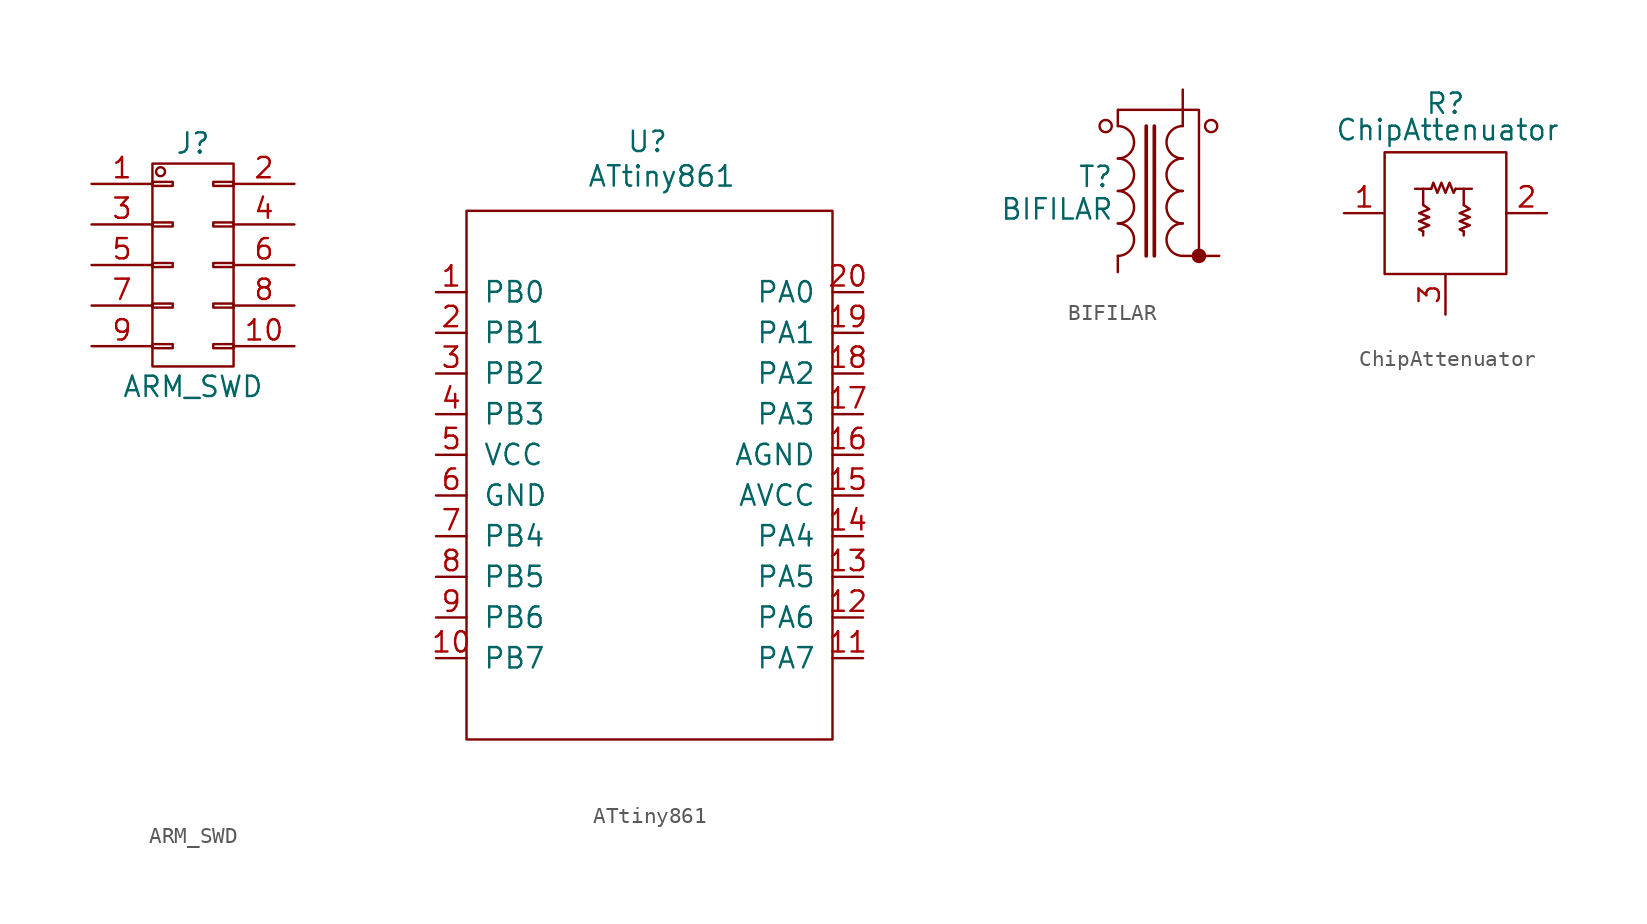
<source format=kicad_sym>
(kicad_symbol_lib
  (version 20220914)
  (generator kicad_symbol_editor)
  (symbol "ARM_SWD"
    (pin_names
      (offset 0.025) hide)
    (property "Reference" "J"
      (at 0 7.62 0)
      (effects (font (size 1.27 1.27))))
    (property "Value" "ARM_SWD"
      (at 0 -7.62 0)
      (effects (font (size 1.27 1.27))))
    (property "Footprint" ""
      (at 0 -30.48 0)
      (effects (font (size 1.524 1.524))))
    (property "Datasheet" ""
      (at 0 -30.48 0)
      (effects (font (size 1.524 1.524))))
    (symbol "ARM_SWD_0_1"
      (rectangle (start -2.54 -4.953) (end -1.27 -5.207) (stroke (width 0) (type solid)) (fill (type none)))
      (rectangle (start -2.54 -2.413) (end -1.27 -2.667) (stroke (width 0) (type solid)) (fill (type none)))
      (rectangle (start -2.54 0.127) (end -1.27 -0.127) (stroke (width 0) (type solid)) (fill (type none)))
      (rectangle (start -2.54 2.667) (end -1.27 2.413) (stroke (width 0) (type solid)) (fill (type none)))
      (rectangle (start -2.54 5.207) (end -1.27 4.953) (stroke (width 0) (type solid)) (fill (type none)))
      (rectangle (start -2.54 6.35) (end 2.54 -6.35) (stroke (width 0) (type solid)) (fill (type none)))
      (circle (center -2.032 5.842) (radius 0.279) (stroke (width 0) (type solid)) (fill (type none)))
      (rectangle (start 1.27 -4.953) (end 2.54 -5.207) (stroke (width 0) (type solid)) (fill (type none)))
      (rectangle (start 1.27 -2.413) (end 2.54 -2.667) (stroke (width 0) (type solid)) (fill (type none)))
      (rectangle (start 1.27 0.127) (end 2.54 -0.127) (stroke (width 0) (type solid)) (fill (type none)))
      (rectangle (start 1.27 2.667) (end 2.54 2.413) (stroke (width 0) (type solid)) (fill (type none)))
      (rectangle (start 1.27 5.207) (end 2.54 4.953) (stroke (width 0) (type solid)) (fill (type none))))
    (symbol "ARM_SWD_1_1"
      (pin passive line (at -6.35 5.08 0) (length 3.81) (name "P1" (effects (font (size 1.27 1.27)))) (number "1" (effects (font (size 1.27 1.27)))))
      (pin passive line (at 6.35 -5.08 180) (length 3.81) (name "P10" (effects (font (size 1.27 1.27)))) (number "10" (effects (font (size 1.27 1.27)))))
      (pin passive line (at 6.35 5.08 180) (length 3.81) (name "P2" (effects (font (size 1.27 1.27)))) (number "2" (effects (font (size 1.27 1.27)))))
      (pin passive line (at -6.35 2.54 0) (length 3.81) (name "P3" (effects (font (size 1.27 1.27)))) (number "3" (effects (font (size 1.27 1.27)))))
      (pin passive line (at 6.35 2.54 180) (length 3.81) (name "P4" (effects (font (size 1.27 1.27)))) (number "4" (effects (font (size 1.27 1.27)))))
      (pin passive line (at -6.35 0 0) (length 3.81) (name "P5" (effects (font (size 1.27 1.27)))) (number "5" (effects (font (size 1.27 1.27)))))
      (pin passive line (at 6.35 0 180) (length 3.81) (name "P6" (effects (font (size 1.27 1.27)))) (number "6" (effects (font (size 1.27 1.27)))))
      (pin passive line (at -6.35 -2.54 0) (length 3.81) (name "P7" (effects (font (size 1.27 1.27)))) (number "7" (effects (font (size 1.27 1.27)))))
      (pin passive line (at 6.35 -2.54 180) (length 3.81) (name "P8" (effects (font (size 1.27 1.27)))) (number "8" (effects (font (size 1.27 1.27)))))
      (pin passive line (at -6.35 -5.08 0) (length 3.81) (name "P9" (effects (font (size 1.27 1.27)))) (number "9" (effects (font (size 1.27 1.27)))))))
  (symbol "ATtiny861"
    (pin_names
      (offset 1.016))
    (property "Reference" "U"
      (at -0.127 20.828 0)
      (effects (font (size 1.27 1.27))))
    (property "Value" "ATtiny861"
      (at 0.762 18.669 0)
      (effects (font (size 1.27 1.27))))
    (property "Footprint" ""
      (at 0 0 0)
      (effects (font (size 1.524 1.524))))
    (property "Datasheet" ""
      (at 0 0 0)
      (effects (font (size 1.524 1.524))))
    (symbol "ATtiny861_1_0"
      (rectangle (start -11.43 -16.51) (end 11.43 16.51) (stroke (width 0) (type solid)) (fill (type none))))
    (symbol "ATtiny861_1_1"
      (pin input line (at -13.335 11.43 0) (length 1.905) (name "PB0" (effects (font (size 1.27 1.27)))) (number "1" (effects (font (size 1.27 1.27)))))
      (pin input line (at -13.335 -11.43 0) (length 1.905) (name "PB7" (effects (font (size 1.27 1.27)))) (number "10" (effects (font (size 1.27 1.27)))))
      (pin input line (at 13.335 -11.43 180) (length 1.905) (name "PA7" (effects (font (size 1.27 1.27)))) (number "11" (effects (font (size 1.27 1.27)))))
      (pin input line (at 13.335 -8.89 180) (length 1.905) (name "PA6" (effects (font (size 1.27 1.27)))) (number "12" (effects (font (size 1.27 1.27)))))
      (pin input line (at 13.335 -6.35 180) (length 1.905) (name "PA5" (effects (font (size 1.27 1.27)))) (number "13" (effects (font (size 1.27 1.27)))))
      (pin input line (at 13.335 -3.81 180) (length 1.905) (name "PA4" (effects (font (size 1.27 1.27)))) (number "14" (effects (font (size 1.27 1.27)))))
      (pin input line (at 13.335 -1.27 180) (length 1.905) (name "AVCC" (effects (font (size 1.27 1.27)))) (number "15" (effects (font (size 1.27 1.27)))))
      (pin input line (at 13.335 1.27 180) (length 1.905) (name "AGND" (effects (font (size 1.27 1.27)))) (number "16" (effects (font (size 1.27 1.27)))))
      (pin input line (at 13.335 3.81 180) (length 1.905) (name "PA3" (effects (font (size 1.27 1.27)))) (number "17" (effects (font (size 1.27 1.27)))))
      (pin input line (at 13.335 6.35 180) (length 1.905) (name "PA2" (effects (font (size 1.27 1.27)))) (number "18" (effects (font (size 1.27 1.27)))))
      (pin input line (at 13.335 8.89 180) (length 1.905) (name "PA1" (effects (font (size 1.27 1.27)))) (number "19" (effects (font (size 1.27 1.27)))))
      (pin input line (at -13.335 8.89 0) (length 1.905) (name "PB1" (effects (font (size 1.27 1.27)))) (number "2" (effects (font (size 1.27 1.27)))))
      (pin input line (at 13.335 11.43 180) (length 1.905) (name "PA0" (effects (font (size 1.27 1.27)))) (number "20" (effects (font (size 1.27 1.27)))))
      (pin input line (at -13.335 6.35 0) (length 1.905) (name "PB2" (effects (font (size 1.27 1.27)))) (number "3" (effects (font (size 1.27 1.27)))))
      (pin input line (at -13.335 3.81 0) (length 1.905) (name "PB3" (effects (font (size 1.27 1.27)))) (number "4" (effects (font (size 1.27 1.27)))))
      (pin input line (at -13.335 1.27 0) (length 1.905) (name "VCC" (effects (font (size 1.27 1.27)))) (number "5" (effects (font (size 1.27 1.27)))))
      (pin input line (at -13.335 -1.27 0) (length 1.905) (name "GND" (effects (font (size 1.27 1.27)))) (number "6" (effects (font (size 1.27 1.27)))))
      (pin input line (at -13.335 -3.81 0) (length 1.905) (name "PB4" (effects (font (size 1.27 1.27)))) (number "7" (effects (font (size 1.27 1.27)))))
      (pin input line (at -13.335 -6.35 0) (length 1.905) (name "PB5" (effects (font (size 1.27 1.27)))) (number "8" (effects (font (size 1.27 1.27)))))
      (pin input line (at -13.335 -8.89 0) (length 1.905) (name "PB6" (effects (font (size 1.27 1.27)))) (number "9" (effects (font (size 1.27 1.27)))))))
  (symbol "BIFILAR"
    (pin_numbers hide)
    (pin_names
      (offset 1.016) hide)
    (property "Reference" "T"
      (at -1.397 0.889 0)
      (effects (font (size 1.27 1.27))))
    (property "Value" "BIFILAR"
      (at -3.81 -1.143 0)
      (effects (font (size 1.27 1.27))))
    (property "Footprint" ""
      (at 0 0 0)
      (effects (font (size 1.524 1.524))))
    (property "Datasheet" ""
      (at 0 0 0)
      (effects (font (size 1.524 1.524))))
    (symbol "BIFILAR_0_1"
      (circle (center -0.762 4.064) (radius 0.381) (stroke (width 0.152) (type solid)) (fill (type none)))
      (arc (start 0 -4.064) (mid 1.0116 -3.048) (end 0 -2.032) (stroke (width 0.1524) (type solid)) (fill (type none)))
      (arc (start 0 -2.032) (mid 1.0116 -1.016) (end 0 0) (stroke (width 0.1524) (type solid)) (fill (type none)))
      (polyline (pts (xy 1.778 4.064) (xy 1.778 -4.064)) (stroke (width 0.229) (type solid)) (fill (type none)))
      (polyline (pts (xy 2.286 4.064) (xy 2.286 -4.064)) (stroke (width 0.229) (type solid)) (fill (type none)))
      (polyline (pts (xy 4.064 -4.064) (xy 5.08 -4.064) (xy 5.08 5.08) (xy 0 5.08) (xy 0 4.064)) (stroke (width 0.152) (type solid)) (fill (type none)))
      (arc (start 0 0) (mid 1.0116 1.016) (end 0 2.032) (stroke (width 0.1524) (type solid)) (fill (type none)))
      (arc (start 0 2.032) (mid 1.0116 3.048) (end 0 4.064) (stroke (width 0.1524) (type solid)) (fill (type none)))
      (arc (start 4.064 -2.032) (mid 3.0524 -3.048) (end 4.064 -4.064) (stroke (width 0.1524) (type solid)) (fill (type none)))
      (arc (start 4.064 0) (mid 3.0524 -1.016) (end 4.064 -2.032) (stroke (width 0.1524) (type solid)) (fill (type none)))
      (arc (start 4.064 2.032) (mid 3.0524 1.016) (end 4.064 0) (stroke (width 0.1524) (type solid)) (fill (type none)))
      (arc (start 4.064 4.064) (mid 3.0524 3.048) (end 4.064 2.032) (stroke (width 0.1524) (type solid)) (fill (type none)))
      (circle (center 5.08 -4.064) (radius 0.381) (stroke (width 0.152) (type solid)) (fill (type outline)))
      (circle (center 5.842 4.064) (radius 0.381) (stroke (width 0.152) (type solid)) (fill (type none))))
    (symbol "BIFILAR_1_1"
      (pin passive line (at 4.064 6.35 270) (length 2.286) (name "1" (effects (font (size 1.778 1.778)))) (number "1" (effects (font (size 1.778 1.778)))))
      (pin passive line (at 0 -5.08 90) (length 1.016) (name "2" (effects (font (size 1.778 1.778)))) (number "2" (effects (font (size 1.778 1.778)))))
      (pin passive line (at 6.35 -4.064 180) (length 1.27) (name "3" (effects (font (size 1.778 1.778)))) (number "3" (effects (font (size 1.778 1.778)))))))
  (symbol "ChipAttenuator"
    (pin_names
      (offset 1.016))
    (property "Reference" "R"
      (at 0 6.858 0)
      (effects (font (size 1.27 1.27))))
    (property "Value" "ChipAttenuator"
      (at 0.127 5.207 0)
      (effects (font (size 1.27 1.27))))
    (symbol "ChipAttenuator_0_1"
      (rectangle (start -3.81 3.81) (end 3.81 -3.81) (stroke (width 0) (type solid)) (fill (type none)))
      (polyline (pts (xy -1.397 -1.143) (xy -1.397 -1.397)) (stroke (width 0) (type solid)) (fill (type none)))
      (polyline (pts (xy -1.397 0.508) (xy -1.397 1.524)) (stroke (width 0) (type solid)) (fill (type none)))
      (polyline (pts (xy -0.889 1.524) (xy -1.905 1.524)) (stroke (width 0) (type solid)) (fill (type none)))
      (polyline (pts (xy 0.635 1.524) (xy 1.651 1.524)) (stroke (width 0) (type solid)) (fill (type none)))
      (polyline (pts (xy 1.143 -1.143) (xy 1.143 -1.397)) (stroke (width 0) (type solid)) (fill (type none)))
      (polyline (pts (xy 1.143 0.508) (xy 1.143 1.524)) (stroke (width 0) (type solid)) (fill (type none)))
      (polyline (pts (xy -1.397 -1.143) (xy -1.651 -1.016) (xy -1.016 -0.762) (xy -1.651 -0.508) (xy -1.016 -0.254) (xy -1.651 0) (xy -1.016 0.254) (xy -1.397 0.508)) (stroke (width 0) (type solid)) (fill (type none)))
      (polyline (pts (xy -0.889 1.524) (xy -0.762 1.905) (xy -0.508 1.27) (xy -0.254 1.905) (xy 0 1.27) (xy 0.254 1.905) (xy 0.508 1.27) (xy 0.635 1.524)) (stroke (width 0) (type solid)) (fill (type none)))
      (polyline (pts (xy 1.143 -1.143) (xy 0.889 -1.016) (xy 1.524 -0.762) (xy 0.889 -0.508) (xy 1.524 -0.254) (xy 0.889 0) (xy 1.524 0.254) (xy 1.143 0.508)) (stroke (width 0) (type solid)) (fill (type none))))
    (symbol "ChipAttenuator_1_1"
      (pin passive line (at -6.35 0 0) (length 2.54) (name "~" (effects (font (size 1.27 1.27)))) (number "1" (effects (font (size 1.27 1.27)))))
      (pin passive line (at 6.35 0 180) (length 2.54) (name "~" (effects (font (size 1.27 1.27)))) (number "2" (effects (font (size 1.27 1.27)))))
      (pin passive line (at 0 -6.35 90) (length 2.54) (name "~" (effects (font (size 1.27 1.27)))) (number "3" (effects (font (size 1.27 1.27))))))))
</source>
